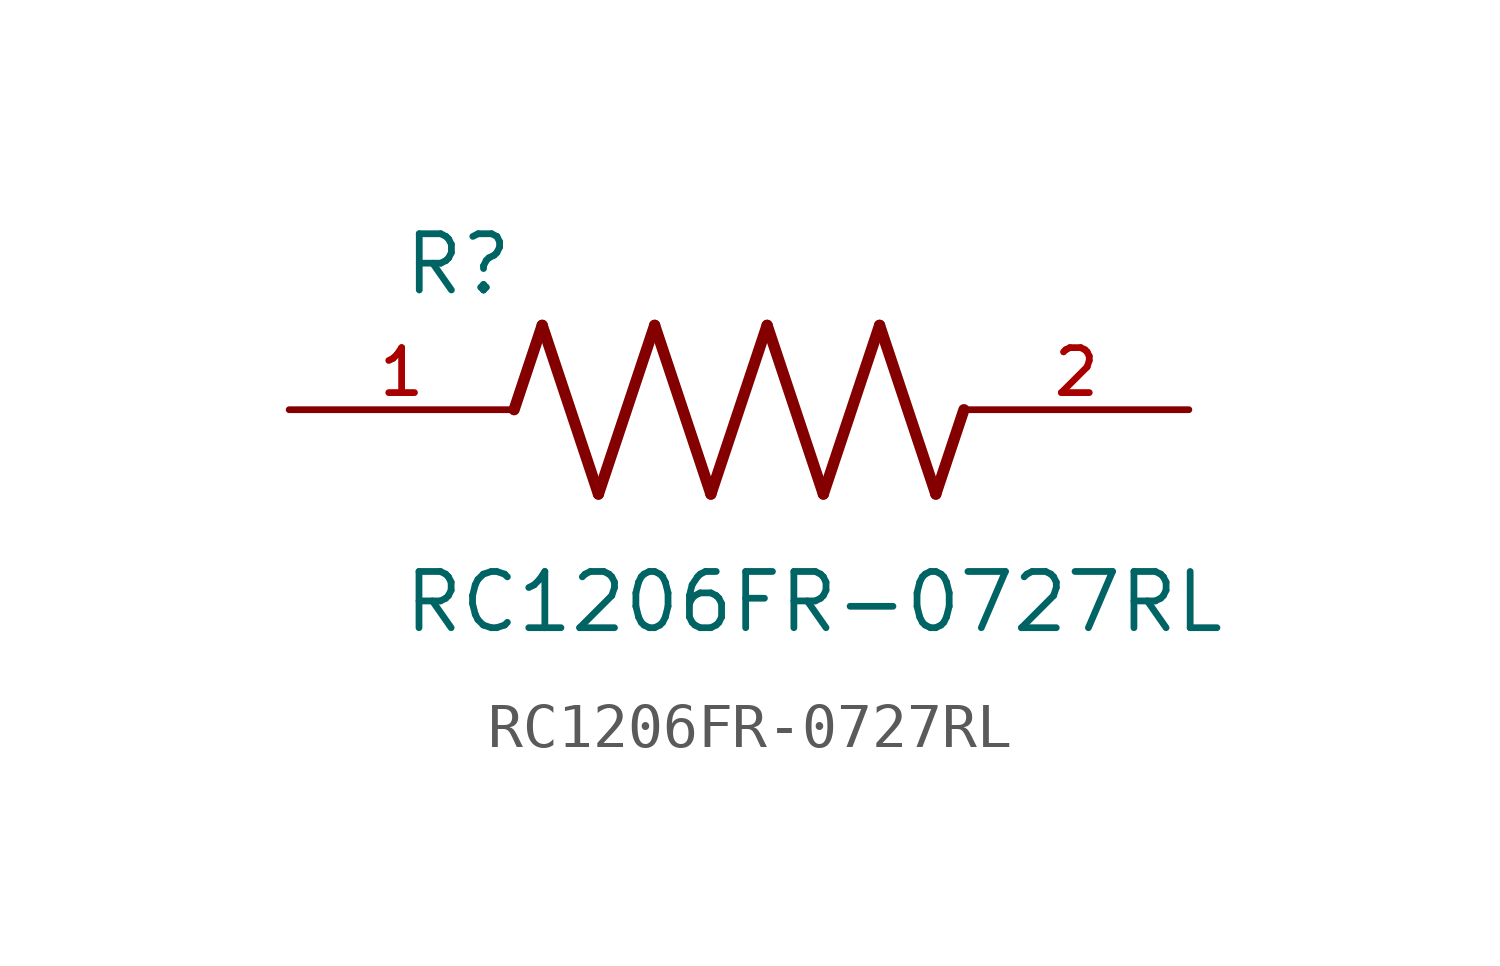
<source format=kicad_sym>
(kicad_symbol_lib
  (version 20211014)
  (generator kicad_symbol_editor)
  (symbol "RC1206FR-0727RL"
    (pin_names
      (offset 1.016))
    (property "Reference" "R"
      (at -7.624 2.541 0)
      (effects (font (size 1.27 1.27)) (justify bottom left)))
    (property "Value" "RC1206FR-0727RL"
      (at -7.63 -5.087 0)
      (effects (font (size 1.27 1.27)) (justify bottom left)))
    (symbol "RC1206FR-0727RL_0_0"
      (polyline (pts (xy -5.08 0.0) (xy -4.445 1.905)) (stroke (width 0.254)))
      (polyline (pts (xy -4.445 1.905) (xy -3.175 -1.905)) (stroke (width 0.254)))
      (polyline (pts (xy -3.175 -1.905) (xy -1.905 1.905)) (stroke (width 0.254)))
      (polyline (pts (xy -1.905 1.905) (xy -0.635 -1.905)) (stroke (width 0.254)))
      (polyline (pts (xy -0.635 -1.905) (xy 0.635 1.905)) (stroke (width 0.254)))
      (polyline (pts (xy 0.635 1.905) (xy 1.905 -1.905)) (stroke (width 0.254)))
      (polyline (pts (xy 1.905 -1.905) (xy 3.175 1.905)) (stroke (width 0.254)))
      (polyline (pts (xy 3.175 1.905) (xy 4.445 -1.905)) (stroke (width 0.254)))
      (polyline (pts (xy 4.445 -1.905) (xy 5.08 0.0)) (stroke (width 0.254)))
      (pin passive line (at -10.16 0.0 0) (length 5.08) (name "~" (effects (font (size 1.016 1.016)))) (number "1" (effects (font (size 1.016 1.016)))))
      (pin passive line (at 10.16 0.0 180.0) (length 5.08) (name "~" (effects (font (size 1.016 1.016)))) (number "2" (effects (font (size 1.016 1.016))))))))
</source>
